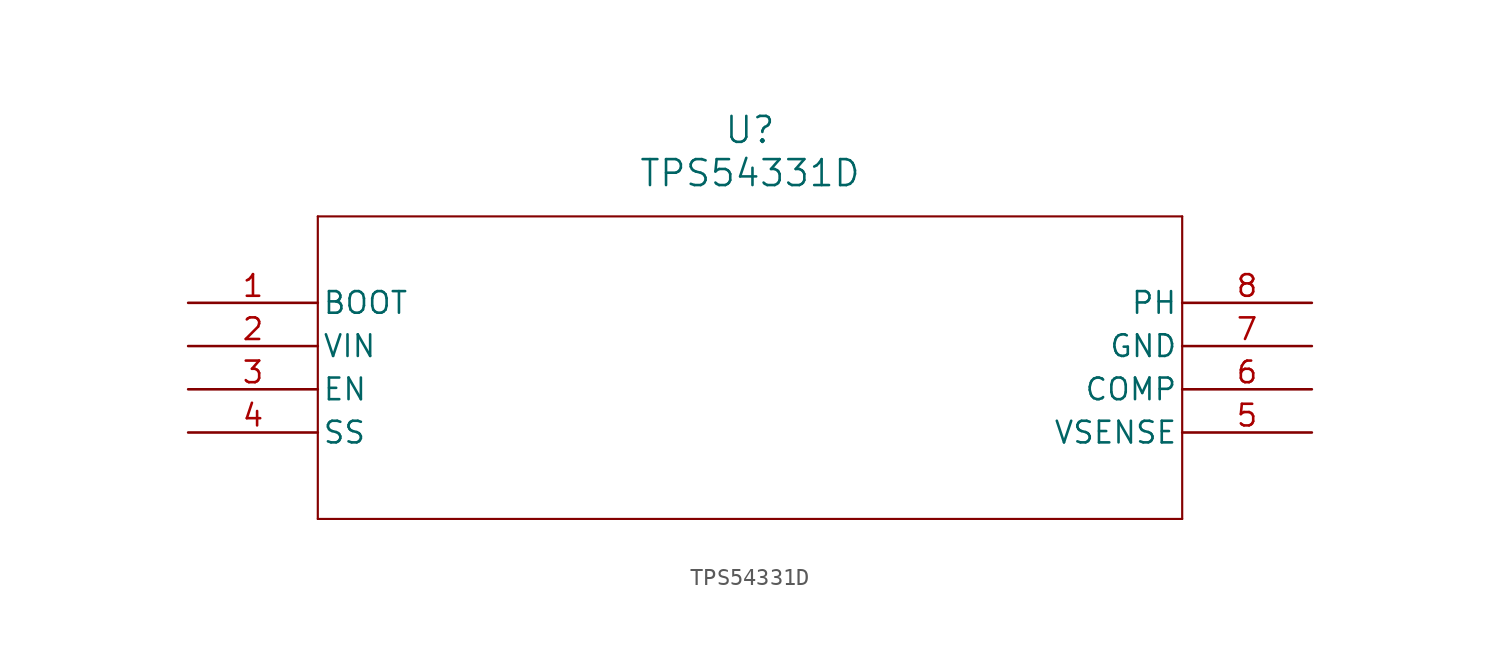
<source format=kicad_sym>
(kicad_symbol_lib
  (version 20211014)
  (generator kicad_symbol_editor)
  (symbol "TPS54331D"
    (pin_names
      (offset 0.254))
    (property "Reference" "U"
      (at 33.02 10.16 0)
      (effects (font (size 1.524 1.524))))
    (property "Value" "TPS54331D"
      (at 33.02 7.62 0)
      (effects (font (size 1.524 1.524))))
    (polyline
      (pts (xy 7.62 5.08) (xy 7.62 -12.7))
      (stroke (width 0.127) (type default) (color 0 0 0 0))
      (fill (type none)))
    (polyline
      (pts (xy 7.62 -12.7) (xy 58.42 -12.7))
      (stroke (width 0.127) (type default) (color 0 0 0 0))
      (fill (type none)))
    (polyline
      (pts (xy 58.42 -12.7) (xy 58.42 5.08))
      (stroke (width 0.127) (type default) (color 0 0 0 0))
      (fill (type none)))
    (polyline
      (pts (xy 58.42 5.08) (xy 7.62 5.08))
      (stroke (width 0.127) (type default) (color 0 0 0 0))
      (fill (type none)))
    (pin unspecified line
      (at 0 0 0)
      (length 7.62)
      (name "BOOT" (effects (font (size 1.27 1.27))))
      (number "1" (effects (font (size 1.27 1.27)))))
    (pin input line
      (at 0 -2.54 0)
      (length 7.62)
      (name "VIN" (effects (font (size 1.27 1.27))))
      (number "2" (effects (font (size 1.27 1.27)))))
    (pin unspecified line
      (at 0 -5.08 0)
      (length 7.62)
      (name "EN" (effects (font (size 1.27 1.27))))
      (number "3" (effects (font (size 1.27 1.27)))))
    (pin unspecified line
      (at 0 -7.62 0)
      (length 7.62)
      (name "SS" (effects (font (size 1.27 1.27))))
      (number "4" (effects (font (size 1.27 1.27)))))
    (pin unspecified line
      (at 66.04 -7.62 180)
      (length 7.62)
      (name "VSENSE" (effects (font (size 1.27 1.27))))
      (number "5" (effects (font (size 1.27 1.27)))))
    (pin output line
      (at 66.04 -5.08 180)
      (length 7.62)
      (name "COMP" (effects (font (size 1.27 1.27))))
      (number "6" (effects (font (size 1.27 1.27)))))
    (pin power_in line
      (at 66.04 -2.54 180)
      (length 7.62)
      (name "GND" (effects (font (size 1.27 1.27))))
      (number "7" (effects (font (size 1.27 1.27)))))
    (pin power_in line
      (at 66.04 0 180)
      (length 7.62)
      (name "PH" (effects (font (size 1.27 1.27))))
      (number "8" (effects (font (size 1.27 1.27)))))))
</source>
